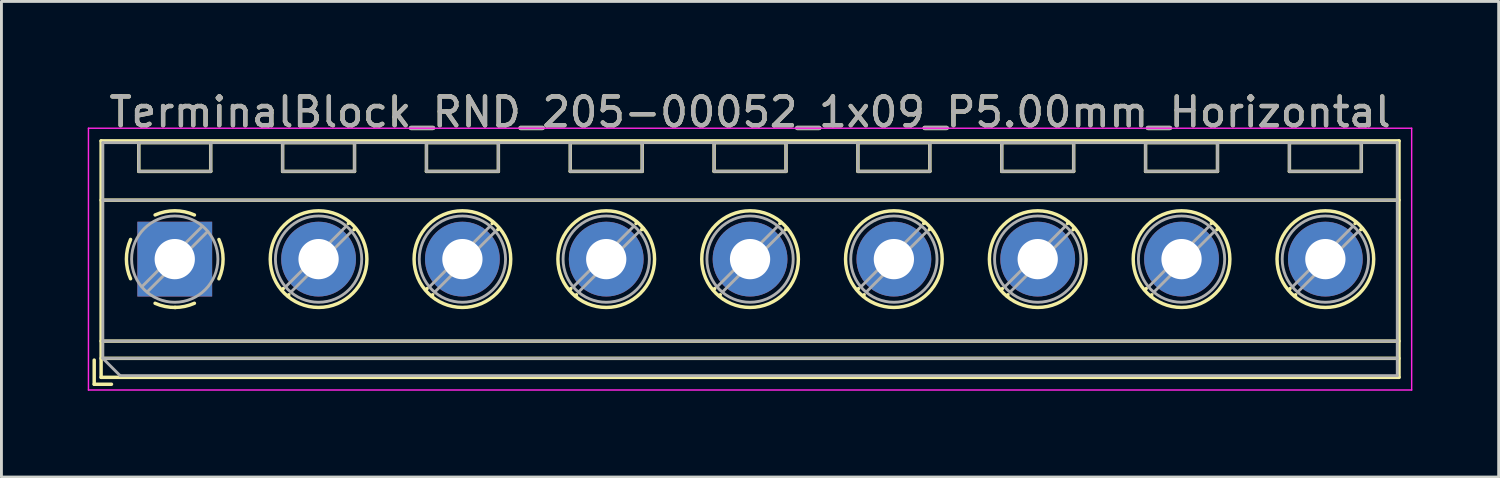
<source format=kicad_pcb>
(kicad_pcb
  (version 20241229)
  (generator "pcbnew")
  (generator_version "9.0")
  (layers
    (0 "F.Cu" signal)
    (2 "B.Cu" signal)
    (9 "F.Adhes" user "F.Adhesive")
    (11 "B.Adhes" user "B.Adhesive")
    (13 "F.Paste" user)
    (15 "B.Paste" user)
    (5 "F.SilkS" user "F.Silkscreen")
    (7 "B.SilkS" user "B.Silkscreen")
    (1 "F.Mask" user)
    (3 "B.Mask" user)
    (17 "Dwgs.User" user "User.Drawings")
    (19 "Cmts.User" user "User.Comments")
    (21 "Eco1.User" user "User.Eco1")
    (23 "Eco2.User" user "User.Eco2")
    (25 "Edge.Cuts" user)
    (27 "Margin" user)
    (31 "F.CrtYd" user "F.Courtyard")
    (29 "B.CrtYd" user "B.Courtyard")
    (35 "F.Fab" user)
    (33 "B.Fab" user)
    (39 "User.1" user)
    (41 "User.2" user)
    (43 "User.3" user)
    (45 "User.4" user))
  (footprint "TerminalBlock_RND_205-00052_1x09_P5.00mm_Horizontal"
    (layer "F.Cu")
    (at 3.025 5.958)
    (property "Reference" "TerminalBlock_RND_205-00052_1x09_P5.00mm_Horizontal" (at 20 -5.11 0) (layer "F.SilkS") (effects (font (size 1 1) (thickness 0.15))))
    (attr through_hole)
    (fp_line (start -2.8 3.51) (end -2.8 4.35) (stroke (width 0.12) (type solid)) (layer "F.SilkS"))
    (fp_line (start -2.8 4.35) (end -2.2 4.35) (stroke (width 0.12) (type solid)) (layer "F.SilkS"))
    (fp_line (start -2.56 -4.11) (end -2.56 4.11) (stroke (width 0.12) (type solid)) (layer "F.SilkS"))
    (fp_line (start -2.56 -4.11) (end 42.56 -4.11) (stroke (width 0.12) (type solid)) (layer "F.SilkS"))
    (fp_line (start -2.56 -2.05) (end 42.56 -2.05) (stroke (width 0.12) (type solid)) (layer "F.SilkS"))
    (fp_line (start -2.56 2.85) (end 42.56 2.85) (stroke (width 0.12) (type solid)) (layer "F.SilkS"))
    (fp_line (start -2.56 3.45) (end 42.56 3.45) (stroke (width 0.12) (type solid)) (layer "F.SilkS"))
    (fp_line (start -2.56 4.11) (end 42.56 4.11) (stroke (width 0.12) (type solid)) (layer "F.SilkS"))
    (fp_line (start -1.25 -4.05) (end -1.25 -3.05) (stroke (width 0.12) (type solid)) (layer "F.SilkS"))
    (fp_line (start -1.25 -4.05) (end 1.25 -4.05) (stroke (width 0.12) (type solid)) (layer "F.SilkS"))
    (fp_line (start -1.25 -3.05) (end 1.25 -3.05) (stroke (width 0.12) (type solid)) (layer "F.SilkS"))
    (fp_line (start 1.25 -4.05) (end 1.25 -3.05) (stroke (width 0.12) (type solid)) (layer "F.SilkS"))
    (fp_line (start 3.75 -4.05) (end 3.75 -3.05) (stroke (width 0.12) (type solid)) (layer "F.SilkS"))
    (fp_line (start 3.75 -4.05) (end 6.25 -4.05) (stroke (width 0.12) (type solid)) (layer "F.SilkS"))
    (fp_line (start 3.75 -3.05) (end 6.25 -3.05) (stroke (width 0.12) (type solid)) (layer "F.SilkS"))
    (fp_line (start 3.773 1.023) (end 3.726 1.069) (stroke (width 0.12) (type solid)) (layer "F.SilkS"))
    (fp_line (start 3.966 1.239) (end 3.931 1.274) (stroke (width 0.12) (type solid)) (layer "F.SilkS"))
    (fp_line (start 6.07 -1.275) (end 6.035 -1.239) (stroke (width 0.12) (type solid)) (layer "F.SilkS"))
    (fp_line (start 6.25 -4.05) (end 6.25 -3.05) (stroke (width 0.12) (type solid)) (layer "F.SilkS"))
    (fp_line (start 6.275 -1.069) (end 6.228 -1.023) (stroke (width 0.12) (type solid)) (layer "F.SilkS"))
    (fp_line (start 8.75 -4.05) (end 8.75 -3.05) (stroke (width 0.12) (type solid)) (layer "F.SilkS"))
    (fp_line (start 8.75 -4.05) (end 11.25 -4.05) (stroke (width 0.12) (type solid)) (layer "F.SilkS"))
    (fp_line (start 8.75 -3.05) (end 11.25 -3.05) (stroke (width 0.12) (type solid)) (layer "F.SilkS"))
    (fp_line (start 8.773 1.023) (end 8.726 1.069) (stroke (width 0.12) (type solid)) (layer "F.SilkS"))
    (fp_line (start 8.966 1.239) (end 8.931 1.274) (stroke (width 0.12) (type solid)) (layer "F.SilkS"))
    (fp_line (start 11.07 -1.275) (end 11.035 -1.239) (stroke (width 0.12) (type solid)) (layer "F.SilkS"))
    (fp_line (start 11.25 -4.05) (end 11.25 -3.05) (stroke (width 0.12) (type solid)) (layer "F.SilkS"))
    (fp_line (start 11.275 -1.069) (end 11.228 -1.023) (stroke (width 0.12) (type solid)) (layer "F.SilkS"))
    (fp_line (start 13.75 -4.05) (end 13.75 -3.05) (stroke (width 0.12) (type solid)) (layer "F.SilkS"))
    (fp_line (start 13.75 -4.05) (end 16.25 -4.05) (stroke (width 0.12) (type solid)) (layer "F.SilkS"))
    (fp_line (start 13.75 -3.05) (end 16.25 -3.05) (stroke (width 0.12) (type solid)) (layer "F.SilkS"))
    (fp_line (start 13.773 1.023) (end 13.726 1.069) (stroke (width 0.12) (type solid)) (layer "F.SilkS"))
    (fp_line (start 13.966 1.239) (end 13.931 1.274) (stroke (width 0.12) (type solid)) (layer "F.SilkS"))
    (fp_line (start 16.07 -1.275) (end 16.035 -1.239) (stroke (width 0.12) (type solid)) (layer "F.SilkS"))
    (fp_line (start 16.25 -4.05) (end 16.25 -3.05) (stroke (width 0.12) (type solid)) (layer "F.SilkS"))
    (fp_line (start 16.275 -1.069) (end 16.228 -1.023) (stroke (width 0.12) (type solid)) (layer "F.SilkS"))
    (fp_line (start 18.75 -4.05) (end 18.75 -3.05) (stroke (width 0.12) (type solid)) (layer "F.SilkS"))
    (fp_line (start 18.75 -4.05) (end 21.25 -4.05) (stroke (width 0.12) (type solid)) (layer "F.SilkS"))
    (fp_line (start 18.75 -3.05) (end 21.25 -3.05) (stroke (width 0.12) (type solid)) (layer "F.SilkS"))
    (fp_line (start 18.773 1.023) (end 18.726 1.069) (stroke (width 0.12) (type solid)) (layer "F.SilkS"))
    (fp_line (start 18.966 1.239) (end 18.931 1.274) (stroke (width 0.12) (type solid)) (layer "F.SilkS"))
    (fp_line (start 21.07 -1.275) (end 21.035 -1.239) (stroke (width 0.12) (type solid)) (layer "F.SilkS"))
    (fp_line (start 21.25 -4.05) (end 21.25 -3.05) (stroke (width 0.12) (type solid)) (layer "F.SilkS"))
    (fp_line (start 21.275 -1.069) (end 21.228 -1.023) (stroke (width 0.12) (type solid)) (layer "F.SilkS"))
    (fp_line (start 23.75 -4.05) (end 23.75 -3.05) (stroke (width 0.12) (type solid)) (layer "F.SilkS"))
    (fp_line (start 23.75 -4.05) (end 26.25 -4.05) (stroke (width 0.12) (type solid)) (layer "F.SilkS"))
    (fp_line (start 23.75 -3.05) (end 26.25 -3.05) (stroke (width 0.12) (type solid)) (layer "F.SilkS"))
    (fp_line (start 23.773 1.023) (end 23.726 1.069) (stroke (width 0.12) (type solid)) (layer "F.SilkS"))
    (fp_line (start 23.966 1.239) (end 23.931 1.274) (stroke (width 0.12) (type solid)) (layer "F.SilkS"))
    (fp_line (start 26.07 -1.275) (end 26.035 -1.239) (stroke (width 0.12) (type solid)) (layer "F.SilkS"))
    (fp_line (start 26.25 -4.05) (end 26.25 -3.05) (stroke (width 0.12) (type solid)) (layer "F.SilkS"))
    (fp_line (start 26.275 -1.069) (end 26.228 -1.023) (stroke (width 0.12) (type solid)) (layer "F.SilkS"))
    (fp_line (start 28.75 -4.05) (end 28.75 -3.05) (stroke (width 0.12) (type solid)) (layer "F.SilkS"))
    (fp_line (start 28.75 -4.05) (end 31.25 -4.05) (stroke (width 0.12) (type solid)) (layer "F.SilkS"))
    (fp_line (start 28.75 -3.05) (end 31.25 -3.05) (stroke (width 0.12) (type solid)) (layer "F.SilkS"))
    (fp_line (start 28.773 1.023) (end 28.726 1.069) (stroke (width 0.12) (type solid)) (layer "F.SilkS"))
    (fp_line (start 28.966 1.239) (end 28.931 1.274) (stroke (width 0.12) (type solid)) (layer "F.SilkS"))
    (fp_line (start 31.07 -1.275) (end 31.035 -1.239) (stroke (width 0.12) (type solid)) (layer "F.SilkS"))
    (fp_line (start 31.25 -4.05) (end 31.25 -3.05) (stroke (width 0.12) (type solid)) (layer "F.SilkS"))
    (fp_line (start 31.275 -1.069) (end 31.228 -1.023) (stroke (width 0.12) (type solid)) (layer "F.SilkS"))
    (fp_line (start 33.75 -4.05) (end 33.75 -3.05) (stroke (width 0.12) (type solid)) (layer "F.SilkS"))
    (fp_line (start 33.75 -4.05) (end 36.25 -4.05) (stroke (width 0.12) (type solid)) (layer "F.SilkS"))
    (fp_line (start 33.75 -3.05) (end 36.25 -3.05) (stroke (width 0.12) (type solid)) (layer "F.SilkS"))
    (fp_line (start 33.773 1.023) (end 33.726 1.069) (stroke (width 0.12) (type solid)) (layer "F.SilkS"))
    (fp_line (start 33.966 1.239) (end 33.931 1.274) (stroke (width 0.12) (type solid)) (layer "F.SilkS"))
    (fp_line (start 36.07 -1.275) (end 36.035 -1.239) (stroke (width 0.12) (type solid)) (layer "F.SilkS"))
    (fp_line (start 36.25 -4.05) (end 36.25 -3.05) (stroke (width 0.12) (type solid)) (layer "F.SilkS"))
    (fp_line (start 36.275 -1.069) (end 36.228 -1.023) (stroke (width 0.12) (type solid)) (layer "F.SilkS"))
    (fp_line (start 38.75 -4.05) (end 38.75 -3.05) (stroke (width 0.12) (type solid)) (layer "F.SilkS"))
    (fp_line (start 38.75 -4.05) (end 41.25 -4.05) (stroke (width 0.12) (type solid)) (layer "F.SilkS"))
    (fp_line (start 38.75 -3.05) (end 41.25 -3.05) (stroke (width 0.12) (type solid)) (layer "F.SilkS"))
    (fp_line (start 38.773 1.023) (end 38.726 1.069) (stroke (width 0.12) (type solid)) (layer "F.SilkS"))
    (fp_line (start 38.966 1.239) (end 38.931 1.274) (stroke (width 0.12) (type solid)) (layer "F.SilkS"))
    (fp_line (start 41.07 -1.275) (end 41.035 -1.239) (stroke (width 0.12) (type solid)) (layer "F.SilkS"))
    (fp_line (start 41.25 -4.05) (end 41.25 -3.05) (stroke (width 0.12) (type solid)) (layer "F.SilkS"))
    (fp_line (start 41.275 -1.069) (end 41.228 -1.023) (stroke (width 0.12) (type solid)) (layer "F.SilkS"))
    (fp_line (start 42.56 -4.11) (end 42.56 4.11) (stroke (width 0.12) (type solid)) (layer "F.SilkS"))
    (fp_arc (start -1.535427 0.683042) (mid -1.680501 -0.000524) (end -1.535 -0.684) (stroke (width 0.12) (type solid)) (layer "F.SilkS"))
    (fp_arc (start -0.683042 -1.535427) (mid 0.000524 -1.680501) (end 0.684 -1.535) (stroke (width 0.12) (type solid)) (layer "F.SilkS"))
    (fp_arc (start 0.028805 1.680253) (mid -0.335551 1.646659) (end -0.684 1.535) (stroke (width 0.12) (type solid)) (layer "F.SilkS"))
    (fp_arc (start 0.683318 1.534756) (mid 0.349292 1.643288) (end 0 1.68) (stroke (width 0.12) (type solid)) (layer "F.SilkS"))
    (fp_arc (start 1.535427 -0.683042) (mid 1.680501 0.000524) (end 1.535 0.684) (stroke (width 0.12) (type solid)) (layer "F.SilkS"))
    (fp_circle (center 5 0) (end 6.68 0) (stroke (width 0.12) (type solid)) (fill no) (layer "F.SilkS"))
    (fp_circle (center 10 0) (end 11.68 0) (stroke (width 0.12) (type solid)) (fill no) (layer "F.SilkS"))
    (fp_circle (center 15 0) (end 16.68 0) (stroke (width 0.12) (type solid)) (fill no) (layer "F.SilkS"))
    (fp_circle (center 20 0) (end 21.68 0) (stroke (width 0.12) (type solid)) (fill no) (layer "F.SilkS"))
    (fp_circle (center 25 0) (end 26.68 0) (stroke (width 0.12) (type solid)) (fill no) (layer "F.SilkS"))
    (fp_circle (center 30 0) (end 31.68 0) (stroke (width 0.12) (type solid)) (fill no) (layer "F.SilkS"))
    (fp_circle (center 35 0) (end 36.68 0) (stroke (width 0.12) (type solid)) (fill no) (layer "F.SilkS"))
    (fp_circle (center 40 0) (end 41.68 0) (stroke (width 0.12) (type solid)) (fill no) (layer "F.SilkS"))
    (fp_line (start -3 -4.55) (end -3 4.55) (stroke (width 0.05) (type solid)) (layer "F.CrtYd"))
    (fp_line (start -3 4.55) (end 43 4.55) (stroke (width 0.05) (type solid)) (layer "F.CrtYd"))
    (fp_line (start 43 -4.55) (end -3 -4.55) (stroke (width 0.05) (type solid)) (layer "F.CrtYd"))
    (fp_line (start 43 4.55) (end 43 -4.55) (stroke (width 0.05) (type solid)) (layer "F.CrtYd"))
    (fp_line (start -2.5 -4.05) (end 42.5 -4.05) (stroke (width 0.1) (type solid)) (layer "F.Fab"))
    (fp_line (start -2.5 -2.05) (end 42.5 -2.05) (stroke (width 0.1) (type solid)) (layer "F.Fab"))
    (fp_line (start -2.5 2.85) (end 42.5 2.85) (stroke (width 0.1) (type solid)) (layer "F.Fab"))
    (fp_line (start -2.5 3.45) (end -2.5 -4.05) (stroke (width 0.1) (type solid)) (layer "F.Fab"))
    (fp_line (start -2.5 3.45) (end 42.5 3.45) (stroke (width 0.1) (type solid)) (layer "F.Fab"))
    (fp_line (start -1.9 4.05) (end -2.5 3.45) (stroke (width 0.1) (type solid)) (layer "F.Fab"))
    (fp_line (start -1.25 -4.05) (end -1.25 -3.05) (stroke (width 0.1) (type solid)) (layer "F.Fab"))
    (fp_line (start -1.25 -3.05) (end 1.25 -3.05) (stroke (width 0.1) (type solid)) (layer "F.Fab"))
    (fp_line (start 0.955 -1.138) (end -1.138 0.955) (stroke (width 0.1) (type solid)) (layer "F.Fab"))
    (fp_line (start 1.138 -0.955) (end -0.955 1.138) (stroke (width 0.1) (type solid)) (layer "F.Fab"))
    (fp_line (start 1.25 -4.05) (end -1.25 -4.05) (stroke (width 0.1) (type solid)) (layer "F.Fab"))
    (fp_line (start 1.25 -3.05) (end 1.25 -4.05) (stroke (width 0.1) (type solid)) (layer "F.Fab"))
    (fp_line (start 3.75 -4.05) (end 3.75 -3.05) (stroke (width 0.1) (type solid)) (layer "F.Fab"))
    (fp_line (start 3.75 -3.05) (end 6.25 -3.05) (stroke (width 0.1) (type solid)) (layer "F.Fab"))
    (fp_line (start 5.955 -1.138) (end 3.863 0.955) (stroke (width 0.1) (type solid)) (layer "F.Fab"))
    (fp_line (start 6.138 -0.955) (end 4.046 1.138) (stroke (width 0.1) (type solid)) (layer "F.Fab"))
    (fp_line (start 6.25 -4.05) (end 3.75 -4.05) (stroke (width 0.1) (type solid)) (layer "F.Fab"))
    (fp_line (start 6.25 -3.05) (end 6.25 -4.05) (stroke (width 0.1) (type solid)) (layer "F.Fab"))
    (fp_line (start 8.75 -4.05) (end 8.75 -3.05) (stroke (width 0.1) (type solid)) (layer "F.Fab"))
    (fp_line (start 8.75 -3.05) (end 11.25 -3.05) (stroke (width 0.1) (type solid)) (layer "F.Fab"))
    (fp_line (start 10.955 -1.138) (end 8.863 0.955) (stroke (width 0.1) (type solid)) (layer "F.Fab"))
    (fp_line (start 11.138 -0.955) (end 9.046 1.138) (stroke (width 0.1) (type solid)) (layer "F.Fab"))
    (fp_line (start 11.25 -4.05) (end 8.75 -4.05) (stroke (width 0.1) (type solid)) (layer "F.Fab"))
    (fp_line (start 11.25 -3.05) (end 11.25 -4.05) (stroke (width 0.1) (type solid)) (layer "F.Fab"))
    (fp_line (start 13.75 -4.05) (end 13.75 -3.05) (stroke (width 0.1) (type solid)) (layer "F.Fab"))
    (fp_line (start 13.75 -3.05) (end 16.25 -3.05) (stroke (width 0.1) (type solid)) (layer "F.Fab"))
    (fp_line (start 15.955 -1.138) (end 13.863 0.955) (stroke (width 0.1) (type solid)) (layer "F.Fab"))
    (fp_line (start 16.138 -0.955) (end 14.046 1.138) (stroke (width 0.1) (type solid)) (layer "F.Fab"))
    (fp_line (start 16.25 -4.05) (end 13.75 -4.05) (stroke (width 0.1) (type solid)) (layer "F.Fab"))
    (fp_line (start 16.25 -3.05) (end 16.25 -4.05) (stroke (width 0.1) (type solid)) (layer "F.Fab"))
    (fp_line (start 18.75 -4.05) (end 18.75 -3.05) (stroke (width 0.1) (type solid)) (layer "F.Fab"))
    (fp_line (start 18.75 -3.05) (end 21.25 -3.05) (stroke (width 0.1) (type solid)) (layer "F.Fab"))
    (fp_line (start 20.955 -1.138) (end 18.863 0.955) (stroke (width 0.1) (type solid)) (layer "F.Fab"))
    (fp_line (start 21.138 -0.955) (end 19.046 1.138) (stroke (width 0.1) (type solid)) (layer "F.Fab"))
    (fp_line (start 21.25 -4.05) (end 18.75 -4.05) (stroke (width 0.1) (type solid)) (layer "F.Fab"))
    (fp_line (start 21.25 -3.05) (end 21.25 -4.05) (stroke (width 0.1) (type solid)) (layer "F.Fab"))
    (fp_line (start 23.75 -4.05) (end 23.75 -3.05) (stroke (width 0.1) (type solid)) (layer "F.Fab"))
    (fp_line (start 23.75 -3.05) (end 26.25 -3.05) (stroke (width 0.1) (type solid)) (layer "F.Fab"))
    (fp_line (start 25.955 -1.138) (end 23.863 0.955) (stroke (width 0.1) (type solid)) (layer "F.Fab"))
    (fp_line (start 26.138 -0.955) (end 24.046 1.138) (stroke (width 0.1) (type solid)) (layer "F.Fab"))
    (fp_line (start 26.25 -4.05) (end 23.75 -4.05) (stroke (width 0.1) (type solid)) (layer "F.Fab"))
    (fp_line (start 26.25 -3.05) (end 26.25 -4.05) (stroke (width 0.1) (type solid)) (layer "F.Fab"))
    (fp_line (start 28.75 -4.05) (end 28.75 -3.05) (stroke (width 0.1) (type solid)) (layer "F.Fab"))
    (fp_line (start 28.75 -3.05) (end 31.25 -3.05) (stroke (width 0.1) (type solid)) (layer "F.Fab"))
    (fp_line (start 30.955 -1.138) (end 28.863 0.955) (stroke (width 0.1) (type solid)) (layer "F.Fab"))
    (fp_line (start 31.138 -0.955) (end 29.046 1.138) (stroke (width 0.1) (type solid)) (layer "F.Fab"))
    (fp_line (start 31.25 -4.05) (end 28.75 -4.05) (stroke (width 0.1) (type solid)) (layer "F.Fab"))
    (fp_line (start 31.25 -3.05) (end 31.25 -4.05) (stroke (width 0.1) (type solid)) (layer "F.Fab"))
    (fp_line (start 33.75 -4.05) (end 33.75 -3.05) (stroke (width 0.1) (type solid)) (layer "F.Fab"))
    (fp_line (start 33.75 -3.05) (end 36.25 -3.05) (stroke (width 0.1) (type solid)) (layer "F.Fab"))
    (fp_line (start 35.955 -1.138) (end 33.863 0.955) (stroke (width 0.1) (type solid)) (layer "F.Fab"))
    (fp_line (start 36.138 -0.955) (end 34.046 1.138) (stroke (width 0.1) (type solid)) (layer "F.Fab"))
    (fp_line (start 36.25 -4.05) (end 33.75 -4.05) (stroke (width 0.1) (type solid)) (layer "F.Fab"))
    (fp_line (start 36.25 -3.05) (end 36.25 -4.05) (stroke (width 0.1) (type solid)) (layer "F.Fab"))
    (fp_line (start 38.75 -4.05) (end 38.75 -3.05) (stroke (width 0.1) (type solid)) (layer "F.Fab"))
    (fp_line (start 38.75 -3.05) (end 41.25 -3.05) (stroke (width 0.1) (type solid)) (layer "F.Fab"))
    (fp_line (start 40.955 -1.138) (end 38.863 0.955) (stroke (width 0.1) (type solid)) (layer "F.Fab"))
    (fp_line (start 41.138 -0.955) (end 39.046 1.138) (stroke (width 0.1) (type solid)) (layer "F.Fab"))
    (fp_line (start 41.25 -4.05) (end 38.75 -4.05) (stroke (width 0.1) (type solid)) (layer "F.Fab"))
    (fp_line (start 41.25 -3.05) (end 41.25 -4.05) (stroke (width 0.1) (type solid)) (layer "F.Fab"))
    (fp_line (start 42.5 -4.05) (end 42.5 4.05) (stroke (width 0.1) (type solid)) (layer "F.Fab"))
    (fp_line (start 42.5 4.05) (end -1.9 4.05) (stroke (width 0.1) (type solid)) (layer "F.Fab"))
    (fp_circle (center 0 0) (end 1.5 0) (stroke (width 0.1) (type solid)) (fill no) (layer "F.Fab"))
    (fp_circle (center 5 0) (end 6.5 0) (stroke (width 0.1) (type solid)) (fill no) (layer "F.Fab"))
    (fp_circle (center 10 0) (end 11.5 0) (stroke (width 0.1) (type solid)) (fill no) (layer "F.Fab"))
    (fp_circle (center 15 0) (end 16.5 0) (stroke (width 0.1) (type solid)) (fill no) (layer "F.Fab"))
    (fp_circle (center 20 0) (end 21.5 0) (stroke (width 0.1) (type solid)) (fill no) (layer "F.Fab"))
    (fp_circle (center 25 0) (end 26.5 0) (stroke (width 0.1) (type solid)) (fill no) (layer "F.Fab"))
    (fp_circle (center 30 0) (end 31.5 0) (stroke (width 0.1) (type solid)) (fill no) (layer "F.Fab"))
    (fp_circle (center 35 0) (end 36.5 0) (stroke (width 0.1) (type solid)) (fill no) (layer "F.Fab"))
    (fp_circle (center 40 0) (end 41.5 0) (stroke (width 0.1) (type solid)) (fill no) (layer "F.Fab"))
    (fp_text user "${REFERENCE}" (at 20 -5.11 0) (layer "F.Fab") (effects (font (size 1 1) (thickness 0.15))))
    (pad "1" thru_hole rect (at 0 0) (size 2.6 2.6) (drill 1.4) (layers "*.Cu" "*.Mask"))
    (pad "2" thru_hole circle (at 5 0) (size 2.6 2.6) (drill 1.4) (layers "*.Cu" "*.Mask"))
    (pad "3" thru_hole circle (at 10 0) (size 2.6 2.6) (drill 1.4) (layers "*.Cu" "*.Mask"))
    (pad "4" thru_hole circle (at 15 0) (size 2.6 2.6) (drill 1.4) (layers "*.Cu" "*.Mask"))
    (pad "5" thru_hole circle (at 20 0) (size 2.6 2.6) (drill 1.4) (layers "*.Cu" "*.Mask"))
    (pad "6" thru_hole circle (at 25 0) (size 2.6 2.6) (drill 1.4) (layers "*.Cu" "*.Mask"))
    (pad "7" thru_hole circle (at 30 0) (size 2.6 2.6) (drill 1.4) (layers "*.Cu" "*.Mask"))
    (pad "8" thru_hole circle (at 35 0) (size 2.6 2.6) (drill 1.4) (layers "*.Cu" "*.Mask"))
    (pad "9" thru_hole circle (at 40 0) (size 2.6 2.6) (drill 1.4) (layers "*.Cu" "*.Mask")))
  (gr_rect
    (start -3 -3)
    (end 49.05 13.533)
    (stroke (width 0.1) (type default))
    (fill no)
    (layer "Edge.Cuts")))
</source>
